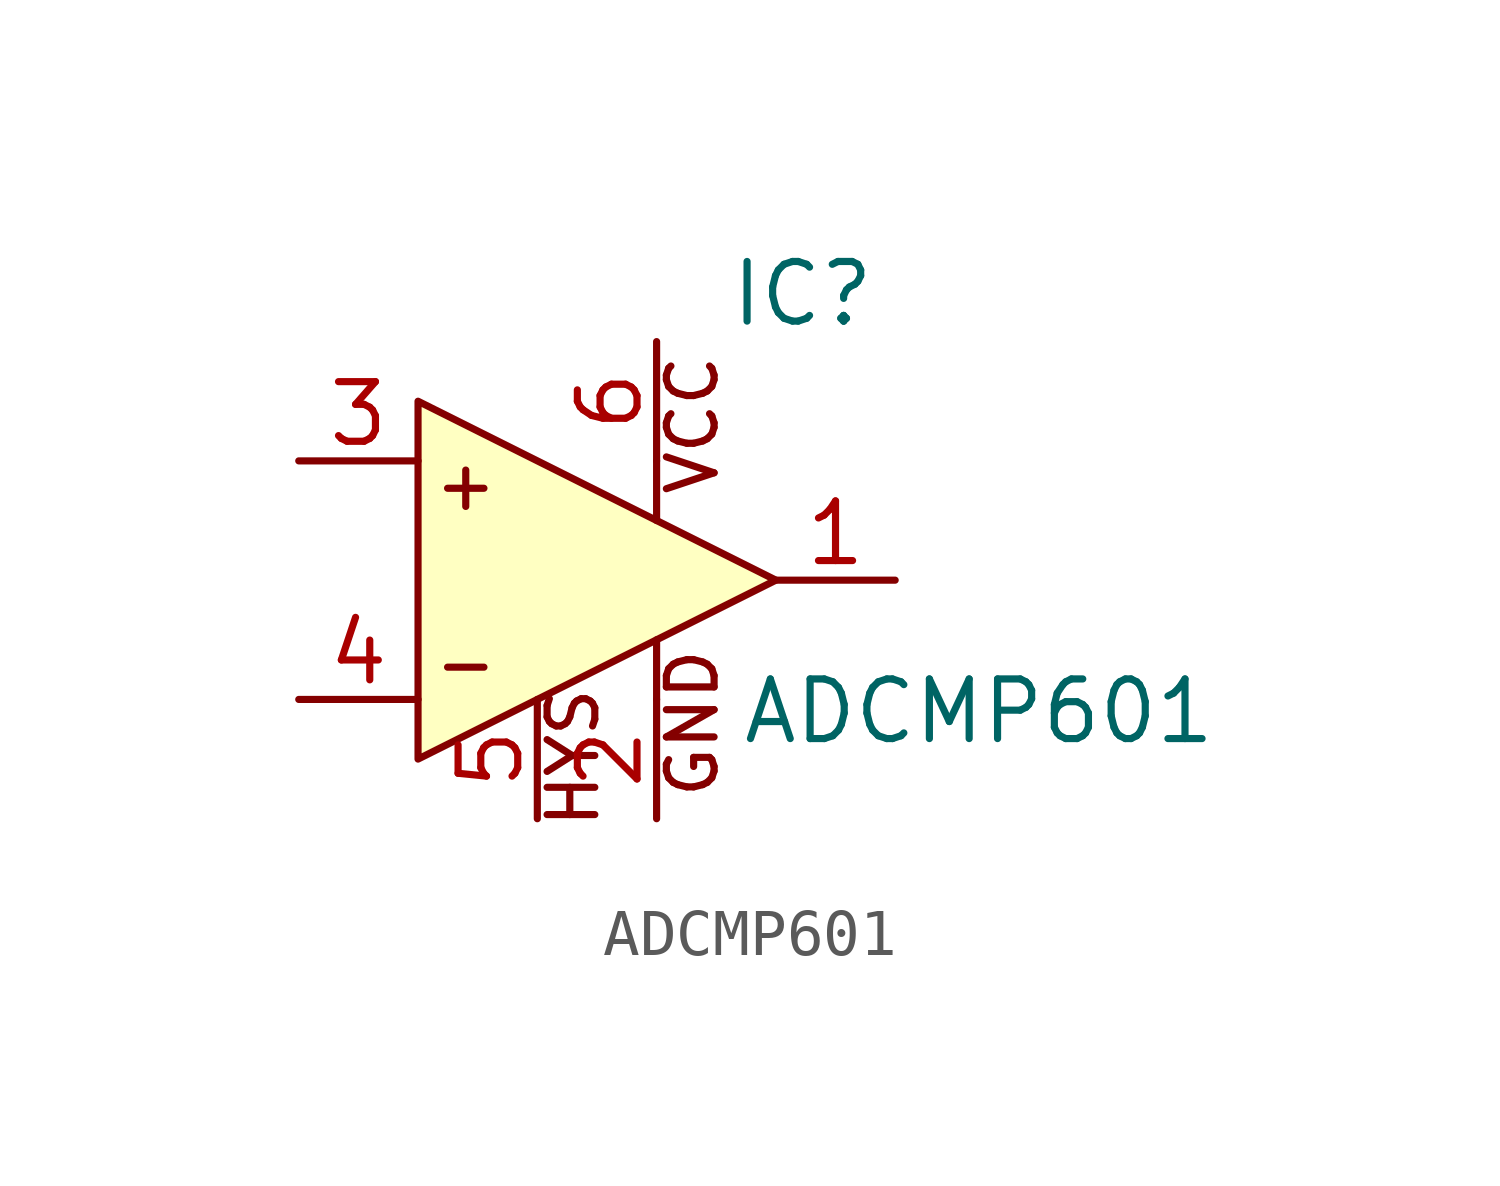
<source format=kicad_sym>
(kicad_symbol_lib
  (version 20211014)
  (generator kicad_symbol_editor)
  (symbol "ADCMP601"
    (pin_names
      (offset 1.016) hide)
    (property "Reference" "IC"
      (at 6.604 6.096 0)
      (effects (font (size 1.27 1.27)) (justify left)))
    (property "Value" "ADCMP601"
      (at 6.858 -2.794 0)
      (effects (font (size 1.27 1.27)) (justify left)))
    (symbol "ADCMP601_0_0"
      (polyline (pts (xy 5.08 -2.54) (xy 5.08 -1.27)) (stroke (width 0) (type default) (color 0 0 0 0)) (fill (type none)))
      (polyline (pts (xy 5.08 2.54) (xy 5.08 1.27)) (stroke (width 0) (type default) (color 0 0 0 0)) (fill (type none)))
      (polyline (pts (xy 7.62 0) (xy 0 -3.81) (xy 0 3.81) (xy 7.62 0)) (stroke (width 0) (type default) (color 0 0 0 0)) (fill (type background)))
      (text "+" (at 1.016 2.032 0) (effects (font (size 1.016 1.016))))
      (text "-" (at 1.016 -1.778 0) (effects (font (size 1.016 1.016))))
      (text "GND" (at 5.842 -3.048 900) (effects (font (size 1.016 1.016))))
      (text "HYS" (at 3.302 -5.334 900) (effects (font (size 1.016 1.016)) (justify left)))
      (text "VCC" (at 5.842 3.302 900) (effects (font (size 1.016 1.016)))))
    (symbol "ADCMP601_0_1"
      (pin output line (at 10.16 0 180) (length 2.54) (name "Q" (effects (font (size 1.27 1.27)))) (number "1" (effects (font (size 1.27 1.27)))))
      (pin power_in line (at 5.08 -5.08 90) (length 2.54) (name "GND" (effects (font (size 1.27 1.27)))) (number "2" (effects (font (size 1.27 1.27)))))
      (pin input line (at -2.54 2.54 0) (length 2.54) (name "+" (effects (font (size 1.27 1.27)))) (number "3" (effects (font (size 1.27 1.27)))))
      (pin input line (at -2.54 -2.54 0) (length 2.54) (name "-" (effects (font (size 1.27 1.27)))) (number "4" (effects (font (size 1.27 1.27)))))
      (pin input line (at 2.54 -5.08 90) (length 2.54) (name "LE/HYS" (effects (font (size 1.27 1.27)))) (number "5" (effects (font (size 1.27 1.27)))))
      (pin power_in line (at 5.08 5.08 270) (length 2.54) (name "VCC" (effects (font (size 1.27 1.27)))) (number "6" (effects (font (size 1.27 1.27))))))))
</source>
